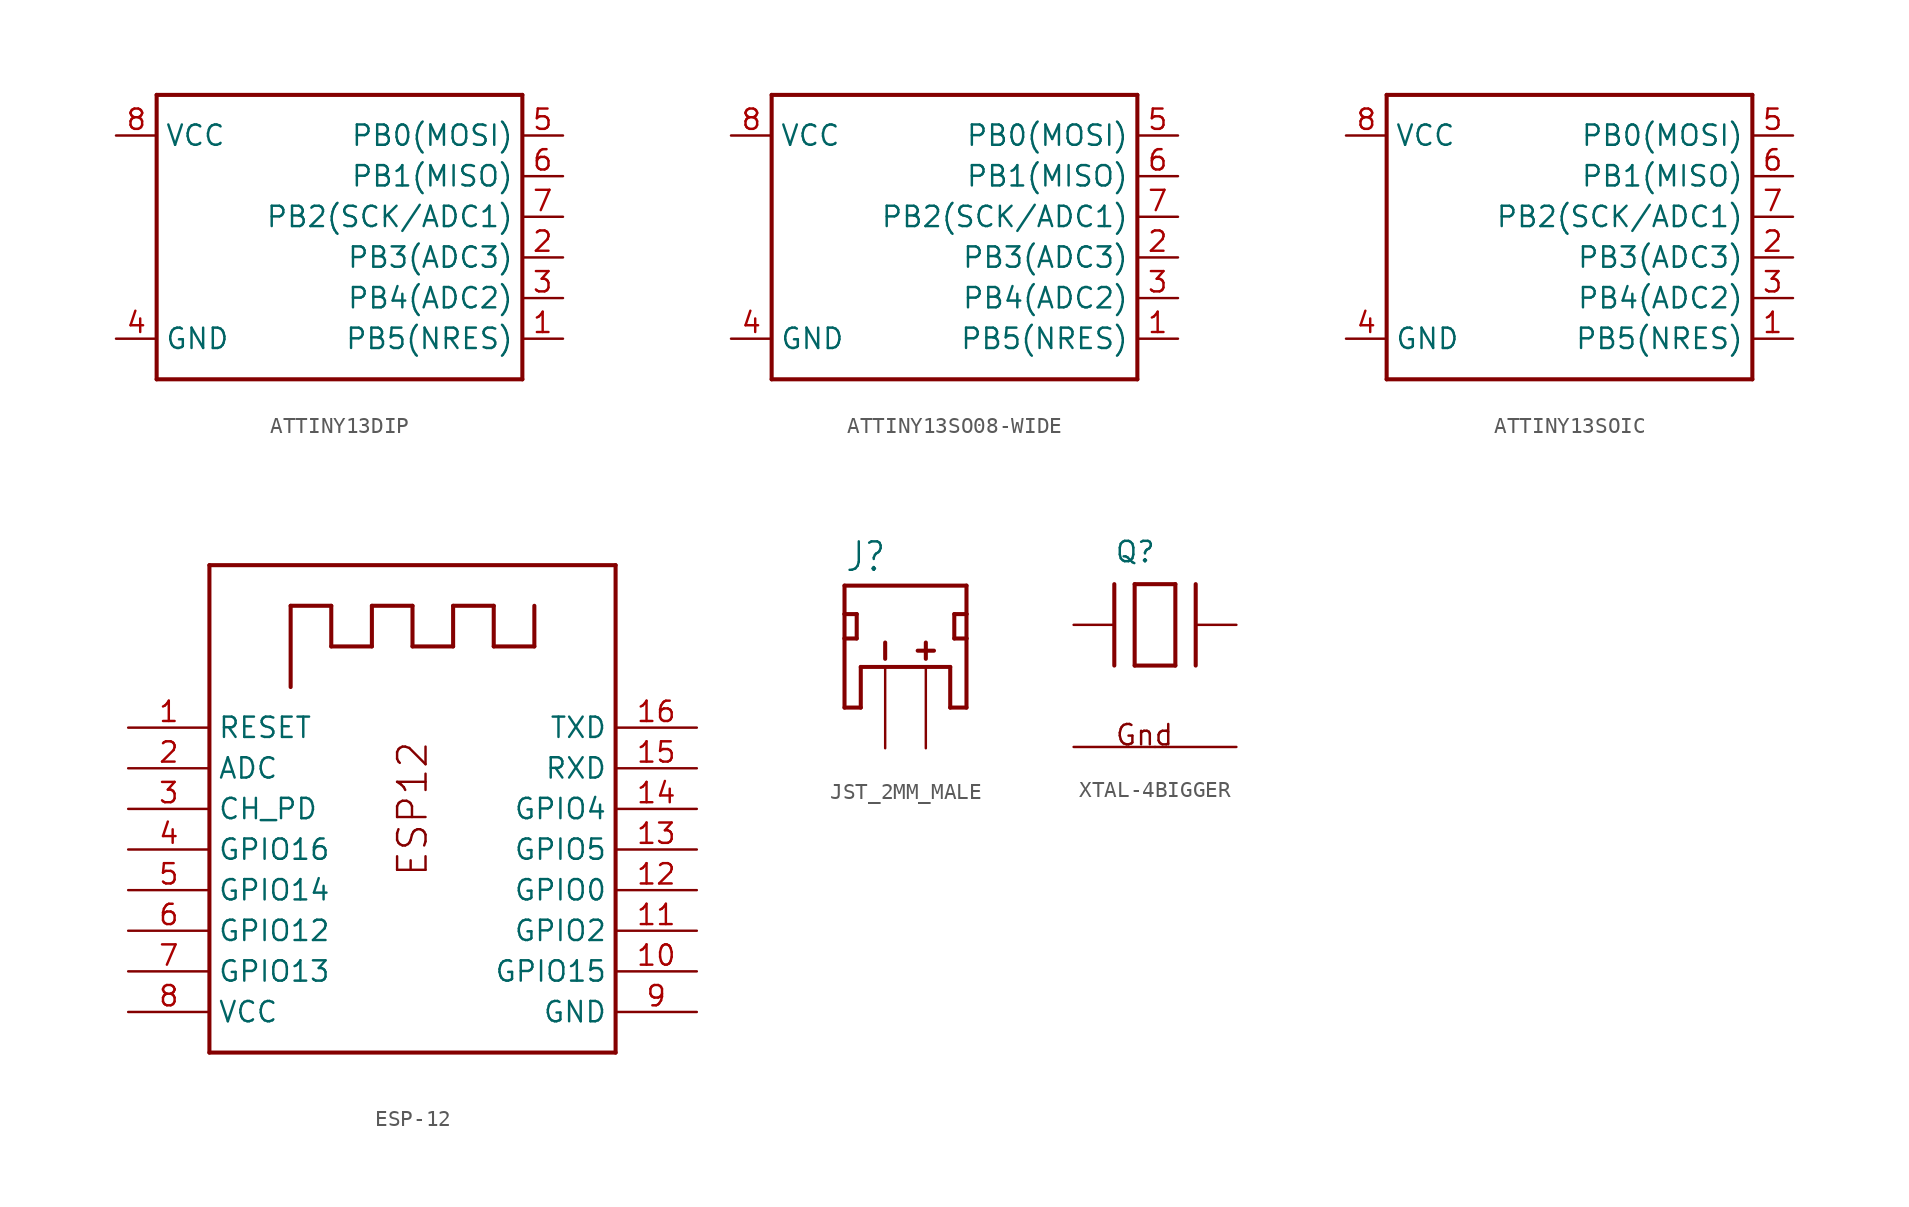
<source format=kicad_sym>
(kicad_symbol_lib
  (version 20231120)
  (generator "kicad_symbol_editor")
  (generator_version "8.0")
  (symbol "ATTINY13DIP"
    (property "Reference" ""
      (at -12.7 10.16 0)
      (effects (font (size 1.778 1.511)) (justify left bottom) (hide yes)))
    (property "ki_locked" ""
      (at 0 0 0)
      (effects (font (size 1.27 1.27))))
    (symbol "ATTINY13DIP_1_0"
      (polyline (pts (xy -12.7 -7.62) (xy -12.7 10.16)) (stroke (width 0.254) (type solid)) (fill (type none)))
      (polyline (pts (xy -12.7 10.16) (xy 10.16 10.16)) (stroke (width 0.254) (type solid)) (fill (type none)))
      (polyline (pts (xy 10.16 -7.62) (xy -12.7 -7.62)) (stroke (width 0.254) (type solid)) (fill (type none)))
      (polyline (pts (xy 10.16 10.16) (xy 10.16 -7.62)) (stroke (width 0.254) (type solid)) (fill (type none)))
      (pin bidirectional line (at 12.7 -5.08 180) (length 2.54) (name "PB5(NRES)" (effects (font (size 1.27 1.27)))) (number "1" (effects (font (size 1.27 1.27)))))
      (pin bidirectional line (at 12.7 0 180) (length 2.54) (name "PB3(ADC3)" (effects (font (size 1.27 1.27)))) (number "2" (effects (font (size 1.27 1.27)))))
      (pin bidirectional line (at 12.7 -2.54 180) (length 2.54) (name "PB4(ADC2)" (effects (font (size 1.27 1.27)))) (number "3" (effects (font (size 1.27 1.27)))))
      (pin bidirectional line (at -15.24 -5.08 0) (length 2.54) (name "GND" (effects (font (size 1.27 1.27)))) (number "4" (effects (font (size 1.27 1.27)))))
      (pin bidirectional line (at 12.7 7.62 180) (length 2.54) (name "PB0(MOSI)" (effects (font (size 1.27 1.27)))) (number "5" (effects (font (size 1.27 1.27)))))
      (pin bidirectional line (at 12.7 5.08 180) (length 2.54) (name "PB1(MISO)" (effects (font (size 1.27 1.27)))) (number "6" (effects (font (size 1.27 1.27)))))
      (pin bidirectional line (at 12.7 2.54 180) (length 2.54) (name "PB2(SCK/ADC1)" (effects (font (size 1.27 1.27)))) (number "7" (effects (font (size 1.27 1.27)))))
      (pin bidirectional line (at -15.24 7.62 0) (length 2.54) (name "VCC" (effects (font (size 1.27 1.27)))) (number "8" (effects (font (size 1.27 1.27)))))))
  (symbol "ATTINY13SO08-WIDE"
    (property "Reference" ""
      (at -12.7 10.16 0)
      (effects (font (size 1.778 1.511)) (justify left bottom) (hide yes)))
    (property "ki_locked" ""
      (at 0 0 0)
      (effects (font (size 1.27 1.27))))
    (symbol "ATTINY13SO08-WIDE_1_0"
      (polyline (pts (xy -12.7 -7.62) (xy -12.7 10.16)) (stroke (width 0.254) (type solid)) (fill (type none)))
      (polyline (pts (xy -12.7 10.16) (xy 10.16 10.16)) (stroke (width 0.254) (type solid)) (fill (type none)))
      (polyline (pts (xy 10.16 -7.62) (xy -12.7 -7.62)) (stroke (width 0.254) (type solid)) (fill (type none)))
      (polyline (pts (xy 10.16 10.16) (xy 10.16 -7.62)) (stroke (width 0.254) (type solid)) (fill (type none)))
      (pin bidirectional line (at 12.7 -5.08 180) (length 2.54) (name "PB5(NRES)" (effects (font (size 1.27 1.27)))) (number "1" (effects (font (size 1.27 1.27)))))
      (pin bidirectional line (at 12.7 0 180) (length 2.54) (name "PB3(ADC3)" (effects (font (size 1.27 1.27)))) (number "2" (effects (font (size 1.27 1.27)))))
      (pin bidirectional line (at 12.7 -2.54 180) (length 2.54) (name "PB4(ADC2)" (effects (font (size 1.27 1.27)))) (number "3" (effects (font (size 1.27 1.27)))))
      (pin bidirectional line (at -15.24 -5.08 0) (length 2.54) (name "GND" (effects (font (size 1.27 1.27)))) (number "4" (effects (font (size 1.27 1.27)))))
      (pin bidirectional line (at 12.7 7.62 180) (length 2.54) (name "PB0(MOSI)" (effects (font (size 1.27 1.27)))) (number "5" (effects (font (size 1.27 1.27)))))
      (pin bidirectional line (at 12.7 5.08 180) (length 2.54) (name "PB1(MISO)" (effects (font (size 1.27 1.27)))) (number "6" (effects (font (size 1.27 1.27)))))
      (pin bidirectional line (at 12.7 2.54 180) (length 2.54) (name "PB2(SCK/ADC1)" (effects (font (size 1.27 1.27)))) (number "7" (effects (font (size 1.27 1.27)))))
      (pin bidirectional line (at -15.24 7.62 0) (length 2.54) (name "VCC" (effects (font (size 1.27 1.27)))) (number "8" (effects (font (size 1.27 1.27)))))))
  (symbol "ATTINY13SOIC"
    (property "Reference" ""
      (at -12.7 10.16 0)
      (effects (font (size 1.778 1.511)) (justify left bottom) (hide yes)))
    (property "ki_locked" ""
      (at 0 0 0)
      (effects (font (size 1.27 1.27))))
    (symbol "ATTINY13SOIC_1_0"
      (polyline (pts (xy -12.7 -7.62) (xy -12.7 10.16)) (stroke (width 0.254) (type solid)) (fill (type none)))
      (polyline (pts (xy -12.7 10.16) (xy 10.16 10.16)) (stroke (width 0.254) (type solid)) (fill (type none)))
      (polyline (pts (xy 10.16 -7.62) (xy -12.7 -7.62)) (stroke (width 0.254) (type solid)) (fill (type none)))
      (polyline (pts (xy 10.16 10.16) (xy 10.16 -7.62)) (stroke (width 0.254) (type solid)) (fill (type none)))
      (pin bidirectional line (at 12.7 -5.08 180) (length 2.54) (name "PB5(NRES)" (effects (font (size 1.27 1.27)))) (number "1" (effects (font (size 1.27 1.27)))))
      (pin bidirectional line (at 12.7 0 180) (length 2.54) (name "PB3(ADC3)" (effects (font (size 1.27 1.27)))) (number "2" (effects (font (size 1.27 1.27)))))
      (pin bidirectional line (at 12.7 -2.54 180) (length 2.54) (name "PB4(ADC2)" (effects (font (size 1.27 1.27)))) (number "3" (effects (font (size 1.27 1.27)))))
      (pin bidirectional line (at -15.24 -5.08 0) (length 2.54) (name "GND" (effects (font (size 1.27 1.27)))) (number "4" (effects (font (size 1.27 1.27)))))
      (pin bidirectional line (at 12.7 7.62 180) (length 2.54) (name "PB0(MOSI)" (effects (font (size 1.27 1.27)))) (number "5" (effects (font (size 1.27 1.27)))))
      (pin bidirectional line (at 12.7 5.08 180) (length 2.54) (name "PB1(MISO)" (effects (font (size 1.27 1.27)))) (number "6" (effects (font (size 1.27 1.27)))))
      (pin bidirectional line (at 12.7 2.54 180) (length 2.54) (name "PB2(SCK/ADC1)" (effects (font (size 1.27 1.27)))) (number "7" (effects (font (size 1.27 1.27)))))
      (pin bidirectional line (at -15.24 7.62 0) (length 2.54) (name "VCC" (effects (font (size 1.27 1.27)))) (number "8" (effects (font (size 1.27 1.27)))))))
  (symbol "ESP-12"
    (property "Reference" "X"
      (at 0 0 0)
      (effects (font (size 1.27 1.27)) (hide yes)))
    (property "ki_locked" ""
      (at 0 0 0)
      (effects (font (size 1.27 1.27))))
    (symbol "ESP-12_1_0"
      (polyline (pts (xy -12.7 -15.24) (xy -12.7 15.24)) (stroke (width 0.254) (type solid)) (fill (type none)))
      (polyline (pts (xy -12.7 15.24) (xy 12.7 15.24)) (stroke (width 0.254) (type solid)) (fill (type none)))
      (polyline (pts (xy -7.62 7.62) (xy -7.62 12.7)) (stroke (width 0.254) (type solid)) (fill (type none)))
      (polyline (pts (xy -7.62 12.7) (xy -5.08 12.7)) (stroke (width 0.254) (type solid)) (fill (type none)))
      (polyline (pts (xy -5.08 10.16) (xy -2.54 10.16)) (stroke (width 0.254) (type solid)) (fill (type none)))
      (polyline (pts (xy -5.08 12.7) (xy -5.08 10.16)) (stroke (width 0.254) (type solid)) (fill (type none)))
      (polyline (pts (xy -2.54 10.16) (xy -2.54 12.7)) (stroke (width 0.254) (type solid)) (fill (type none)))
      (polyline (pts (xy -2.54 12.7) (xy 0 12.7)) (stroke (width 0.254) (type solid)) (fill (type none)))
      (polyline (pts (xy 0 10.16) (xy 2.54 10.16)) (stroke (width 0.254) (type solid)) (fill (type none)))
      (polyline (pts (xy 0 12.7) (xy 0 10.16)) (stroke (width 0.254) (type solid)) (fill (type none)))
      (polyline (pts (xy 2.54 10.16) (xy 2.54 12.7)) (stroke (width 0.254) (type solid)) (fill (type none)))
      (polyline (pts (xy 2.54 12.7) (xy 5.08 12.7)) (stroke (width 0.254) (type solid)) (fill (type none)))
      (polyline (pts (xy 5.08 10.16) (xy 7.62 10.16)) (stroke (width 0.254) (type solid)) (fill (type none)))
      (polyline (pts (xy 5.08 12.7) (xy 5.08 10.16)) (stroke (width 0.254) (type solid)) (fill (type none)))
      (polyline (pts (xy 7.62 10.16) (xy 7.62 12.7)) (stroke (width 0.254) (type solid)) (fill (type none)))
      (polyline (pts (xy 12.7 -15.24) (xy -12.7 -15.24)) (stroke (width 0.254) (type solid)) (fill (type none)))
      (polyline (pts (xy 12.7 15.24) (xy 12.7 -15.24)) (stroke (width 0.254) (type solid)) (fill (type none)))
      (text "ESP12" (at 0 0 900) (effects (font (size 1.778 1.778))))
      (pin input line (at -17.78 5.08 0) (length 5.08) (name "RESET" (effects (font (size 1.27 1.27)))) (number "1" (effects (font (size 1.27 1.27)))))
      (pin bidirectional line (at 17.78 -10.16 180) (length 5.08) (name "GPIO15" (effects (font (size 1.27 1.27)))) (number "10" (effects (font (size 1.27 1.27)))))
      (pin bidirectional line (at 17.78 -7.62 180) (length 5.08) (name "GPIO2" (effects (font (size 1.27 1.27)))) (number "11" (effects (font (size 1.27 1.27)))))
      (pin bidirectional line (at 17.78 -5.08 180) (length 5.08) (name "GPIO0" (effects (font (size 1.27 1.27)))) (number "12" (effects (font (size 1.27 1.27)))))
      (pin bidirectional line (at 17.78 -2.54 180) (length 5.08) (name "GPIO5" (effects (font (size 1.27 1.27)))) (number "13" (effects (font (size 1.27 1.27)))))
      (pin bidirectional line (at 17.78 0 180) (length 5.08) (name "GPIO4" (effects (font (size 1.27 1.27)))) (number "14" (effects (font (size 1.27 1.27)))))
      (pin input line (at 17.78 2.54 180) (length 5.08) (name "RXD" (effects (font (size 1.27 1.27)))) (number "15" (effects (font (size 1.27 1.27)))))
      (pin output line (at 17.78 5.08 180) (length 5.08) (name "TXD" (effects (font (size 1.27 1.27)))) (number "16" (effects (font (size 1.27 1.27)))))
      (pin passive line (at -17.78 2.54 0) (length 5.08) (name "ADC" (effects (font (size 1.27 1.27)))) (number "2" (effects (font (size 1.27 1.27)))))
      (pin input line (at -17.78 0 0) (length 5.08) (name "CH_PD" (effects (font (size 1.27 1.27)))) (number "3" (effects (font (size 1.27 1.27)))))
      (pin bidirectional line (at -17.78 -2.54 0) (length 5.08) (name "GPIO16" (effects (font (size 1.27 1.27)))) (number "4" (effects (font (size 1.27 1.27)))))
      (pin bidirectional line (at -17.78 -5.08 0) (length 5.08) (name "GPIO14" (effects (font (size 1.27 1.27)))) (number "5" (effects (font (size 1.27 1.27)))))
      (pin bidirectional line (at -17.78 -7.62 0) (length 5.08) (name "GPIO12" (effects (font (size 1.27 1.27)))) (number "6" (effects (font (size 1.27 1.27)))))
      (pin bidirectional line (at -17.78 -10.16 0) (length 5.08) (name "GPIO13" (effects (font (size 1.27 1.27)))) (number "7" (effects (font (size 1.27 1.27)))))
      (pin power_in line (at -17.78 -12.7 0) (length 5.08) (name "VCC" (effects (font (size 1.27 1.27)))) (number "8" (effects (font (size 1.27 1.27)))))
      (pin power_in line (at 17.78 -12.7 180) (length 5.08) (name "GND" (effects (font (size 1.27 1.27)))) (number "9" (effects (font (size 1.27 1.27)))))))
  (symbol "JST_2MM_MALE"
    (property "Reference" "J"
      (at -2.54 5.842 0)
      (effects (font (size 1.778 1.511)) (justify left bottom)))
    (property "ki_locked" ""
      (at 0 0 0)
      (effects (font (size 1.27 1.27))))
    (symbol "JST_2MM_MALE_1_0"
      (polyline (pts (xy -2.54 -2.54) (xy -2.54 1.778)) (stroke (width 0.254) (type solid)) (fill (type none)))
      (polyline (pts (xy -2.54 -2.54) (xy -1.524 -2.54)) (stroke (width 0.254) (type solid)) (fill (type none)))
      (polyline (pts (xy -2.54 1.778) (xy -2.54 3.302)) (stroke (width 0.254) (type solid)) (fill (type none)))
      (polyline (pts (xy -2.54 1.778) (xy -1.778 1.778)) (stroke (width 0.254) (type solid)) (fill (type none)))
      (polyline (pts (xy -2.54 3.302) (xy -2.54 5.08)) (stroke (width 0.254) (type solid)) (fill (type none)))
      (polyline (pts (xy -2.54 5.08) (xy 5.08 5.08)) (stroke (width 0.254) (type solid)) (fill (type none)))
      (polyline (pts (xy -1.778 1.778) (xy -1.778 3.302)) (stroke (width 0.254) (type solid)) (fill (type none)))
      (polyline (pts (xy -1.778 3.302) (xy -2.54 3.302)) (stroke (width 0.254) (type solid)) (fill (type none)))
      (polyline (pts (xy -1.524 0) (xy -1.524 -2.54)) (stroke (width 0.254) (type solid)) (fill (type none)))
      (polyline (pts (xy 0 0.508) (xy 0 1.524)) (stroke (width 0.254) (type solid)) (fill (type none)))
      (polyline (pts (xy 2.032 1.016) (xy 3.048 1.016)) (stroke (width 0.254) (type solid)) (fill (type none)))
      (polyline (pts (xy 2.54 0.508) (xy 2.54 1.524)) (stroke (width 0.254) (type solid)) (fill (type none)))
      (polyline (pts (xy 4.064 -2.54) (xy 4.064 0)) (stroke (width 0.254) (type solid)) (fill (type none)))
      (polyline (pts (xy 4.064 0) (xy -1.524 0)) (stroke (width 0.254) (type solid)) (fill (type none)))
      (polyline (pts (xy 4.318 1.778) (xy 4.318 3.302)) (stroke (width 0.254) (type solid)) (fill (type none)))
      (polyline (pts (xy 4.318 3.302) (xy 5.08 3.302)) (stroke (width 0.254) (type solid)) (fill (type none)))
      (polyline (pts (xy 5.08 -2.54) (xy 4.064 -2.54)) (stroke (width 0.254) (type solid)) (fill (type none)))
      (polyline (pts (xy 5.08 1.778) (xy 4.318 1.778)) (stroke (width 0.254) (type solid)) (fill (type none)))
      (polyline (pts (xy 5.08 1.778) (xy 5.08 -2.54)) (stroke (width 0.254) (type solid)) (fill (type none)))
      (polyline (pts (xy 5.08 3.302) (xy 5.08 1.778)) (stroke (width 0.254) (type solid)) (fill (type none)))
      (polyline (pts (xy 5.08 5.08) (xy 5.08 3.302)) (stroke (width 0.254) (type solid)) (fill (type none)))
      (pin bidirectional line (at 0 -5.08 90) (length 5.08) (name "-" (effects (font (size 0 0)))) (number "1" (effects (font (size 0 0)))))
      (pin bidirectional line (at 2.54 -5.08 90) (length 5.08) (name "+" (effects (font (size 0 0)))) (number "2" (effects (font (size 0 0)))))
      (pin bidirectional line (at -2.54 2.54 90) (length 0) (name "PAD1" (effects (font (size 0 0)))) (number "NC1" (effects (font (size 0 0)))))
      (pin bidirectional line (at 5.08 2.54 90) (length 0) (name "PAD2" (effects (font (size 0 0)))) (number "NC2" (effects (font (size 0 0)))))))
  (symbol "XTAL-4BIGGER"
    (property "Reference" "Q"
      (at -2.54 3.81 0)
      (effects (font (size 1.27 1.27)) (justify left bottom)))
    (property "Value" ""
      (at -3.81 -5.08 0)
      (effects (font (size 1.27 1.27)) (justify left bottom)))
    (property "ki_locked" ""
      (at 0 0 0)
      (effects (font (size 1.27 1.27))))
    (symbol "XTAL-4BIGGER_1_0"
      (polyline (pts (xy -2.54 2.54) (xy -2.54 -2.54)) (stroke (width 0.254) (type solid)) (fill (type none)))
      (polyline (pts (xy -1.27 -2.54) (xy 1.27 -2.54)) (stroke (width 0.254) (type solid)) (fill (type none)))
      (polyline (pts (xy -1.27 2.54) (xy -1.27 -2.54)) (stroke (width 0.254) (type solid)) (fill (type none)))
      (polyline (pts (xy 1.27 -2.54) (xy 1.27 2.54)) (stroke (width 0.254) (type solid)) (fill (type none)))
      (polyline (pts (xy 1.27 2.54) (xy -1.27 2.54)) (stroke (width 0.254) (type solid)) (fill (type none)))
      (polyline (pts (xy 2.54 2.54) (xy 2.54 -2.54)) (stroke (width 0.254) (type solid)) (fill (type none)))
      (text "Gnd" (at -2.54 -7.62 0) (effects (font (size 1.27 1.27)) (justify left bottom)))
      (pin bidirectional line (at -5.08 0 0) (length 2.54) (name "X1" (effects (font (size 0 0)))) (number "1" (effects (font (size 0 0)))))
      (pin power_in line (at 5.08 -7.62 180) (length 5.08) (name "G2" (effects (font (size 0 0)))) (number "2" (effects (font (size 0 0)))))
      (pin bidirectional line (at 5.08 0 180) (length 2.54) (name "X2" (effects (font (size 0 0)))) (number "3" (effects (font (size 0 0)))))
      (pin power_in line (at -5.08 -7.62 0) (length 5.08) (name "G1" (effects (font (size 0 0)))) (number "4" (effects (font (size 0 0))))))))
</source>
